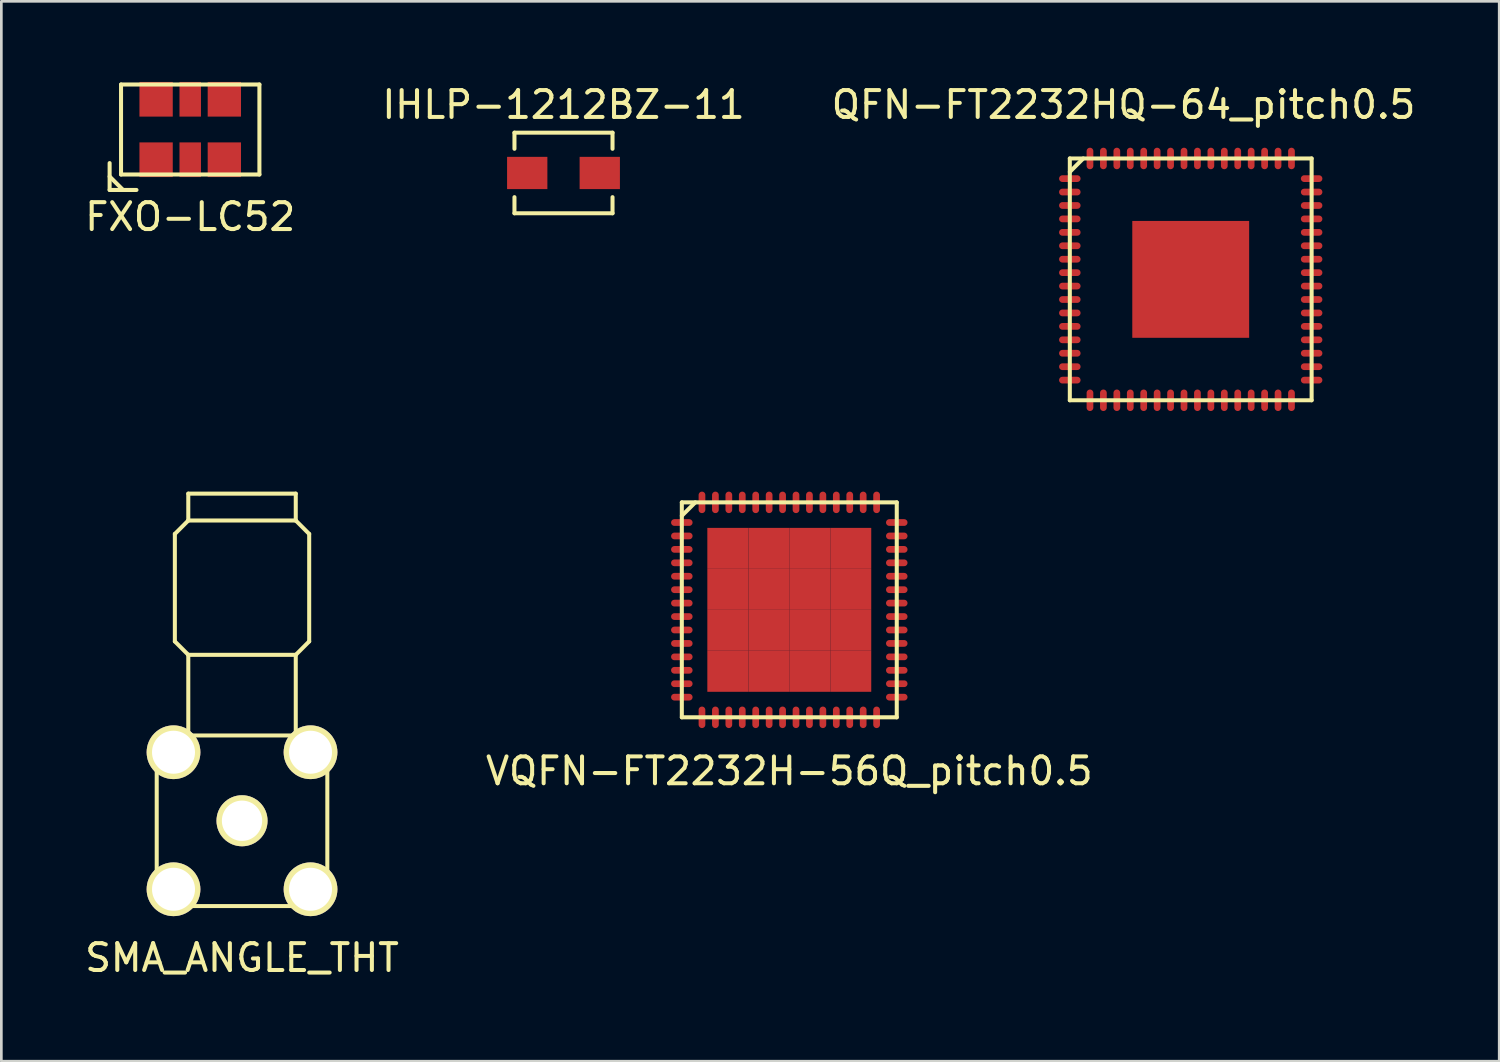
<source format=kicad_pcb>
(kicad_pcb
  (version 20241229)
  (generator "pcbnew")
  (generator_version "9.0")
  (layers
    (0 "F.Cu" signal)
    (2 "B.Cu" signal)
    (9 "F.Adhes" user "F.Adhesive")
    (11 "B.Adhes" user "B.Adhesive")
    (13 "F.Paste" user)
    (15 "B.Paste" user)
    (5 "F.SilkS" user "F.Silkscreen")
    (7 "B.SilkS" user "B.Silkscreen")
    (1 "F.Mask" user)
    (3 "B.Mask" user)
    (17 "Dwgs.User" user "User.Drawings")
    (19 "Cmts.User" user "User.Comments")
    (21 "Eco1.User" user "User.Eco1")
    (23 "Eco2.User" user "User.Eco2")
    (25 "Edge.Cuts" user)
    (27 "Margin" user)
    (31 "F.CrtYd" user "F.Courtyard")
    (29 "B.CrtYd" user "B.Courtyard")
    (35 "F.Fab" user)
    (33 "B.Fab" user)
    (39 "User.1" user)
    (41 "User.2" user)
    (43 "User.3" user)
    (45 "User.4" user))
  (footprint "SMA_ANGLE_THT"
    (layer "F.Cu")
    (at 5.958 27.498)
    (property "Reference" "SMA_ANGLE_THT" (at 0 5.1 0) (layer "F.SilkS") (effects (font (size 1 1) (thickness 0.15))))
    (attr through_hole)
    (fp_line (start -3.175 -3.175) (end 3.175 -3.175) (stroke (width 0.15) (type solid)) (layer "F.SilkS"))
    (fp_line (start -3.175 3.175) (end -3.175 -3.175) (stroke (width 0.15) (type solid)) (layer "F.SilkS"))
    (fp_line (start -2.5 -10.675) (end -2.5 -6.675) (stroke (width 0.15) (type solid)) (layer "F.SilkS"))
    (fp_line (start -2.5 -6.675) (end -2 -6.175) (stroke (width 0.15) (type solid)) (layer "F.SilkS"))
    (fp_line (start -2 -12.175) (end -2 -11.175) (stroke (width 0.15) (type solid)) (layer "F.SilkS"))
    (fp_line (start -2 -11.175) (end -2.5 -10.675) (stroke (width 0.15) (type solid)) (layer "F.SilkS"))
    (fp_line (start -2 -11.175) (end 2 -11.175) (stroke (width 0.15) (type solid)) (layer "F.SilkS"))
    (fp_line (start -2 -6.175) (end -2 -3.175) (stroke (width 0.15) (type solid)) (layer "F.SilkS"))
    (fp_line (start 2 -12.175) (end -2 -12.175) (stroke (width 0.15) (type solid)) (layer "F.SilkS"))
    (fp_line (start 2 -12.175) (end 2 -11.175) (stroke (width 0.15) (type solid)) (layer "F.SilkS"))
    (fp_line (start 2 -11.175) (end 2.5 -10.675) (stroke (width 0.15) (type solid)) (layer "F.SilkS"))
    (fp_line (start 2 -6.175) (end -2 -6.175) (stroke (width 0.15) (type solid)) (layer "F.SilkS"))
    (fp_line (start 2 -6.175) (end 2 -3.175) (stroke (width 0.15) (type solid)) (layer "F.SilkS"))
    (fp_line (start 2.5 -10.675) (end 2.5 -6.675) (stroke (width 0.15) (type solid)) (layer "F.SilkS"))
    (fp_line (start 2.5 -6.675) (end 2 -6.175) (stroke (width 0.15) (type solid)) (layer "F.SilkS"))
    (fp_line (start 3.175 -3.175) (end 3.175 3.175) (stroke (width 0.15) (type solid)) (layer "F.SilkS"))
    (fp_line (start 3.175 3.175) (end -3.175 3.175) (stroke (width 0.15) (type solid)) (layer "F.SilkS"))
    (pad "1" thru_hole circle (at 0 0) (size 1.9 1.9) (drill 1.5) (layers "*.Cu" "*.Mask" "F.SilkS"))
    (pad "2" thru_hole circle (at -2.55 -2.55) (size 2 2) (drill 1.6) (layers "*.Cu" "*.Mask" "F.SilkS"))
    (pad "2" thru_hole circle (at -2.55 2.55) (size 2 2) (drill 1.6) (layers "*.Cu" "*.Mask" "F.SilkS"))
    (pad "2" thru_hole circle (at 2.55 -2.55) (size 2 2) (drill 1.6) (layers "*.Cu" "*.Mask" "F.SilkS"))
    (pad "2" thru_hole circle (at 2.55 2.55) (size 2 2) (drill 1.6) (layers "*.Cu" "*.Mask" "F.SilkS")))
  (footprint "QFN-FT2232HQ-64_pitch0.5"
    (layer "F.Cu")
    (at 41.268 7.348)
    (property "Reference" "QFN-FT2232HQ-64_pitch0.5" (at -2.5 -6.5 0) (layer "F.SilkS") (effects (font (size 1 1) (thickness 0.15))))
    (attr through_hole)
    (fp_line (start -4.5 -4.5) (end 4.5 -4.5) (stroke (width 0.15) (type solid)) (layer "F.SilkS"))
    (fp_line (start -4.5 -4) (end -4 -4.5) (stroke (width 0.15) (type solid)) (layer "F.SilkS"))
    (fp_line (start -4.5 4.5) (end -4.5 -4.5) (stroke (width 0.15) (type solid)) (layer "F.SilkS"))
    (fp_line (start 4.5 -4.5) (end 4.5 4.5) (stroke (width 0.15) (type solid)) (layer "F.SilkS"))
    (fp_line (start 4.5 4.5) (end -4.5 4.5) (stroke (width 0.15) (type solid)) (layer "F.SilkS"))
    (pad "1" smd oval (at -4.5 -3.75 180) (size 0.8 0.25) (layers "F.Cu" "F.Mask" "F.Paste"))
    (pad "2" smd oval (at -4.5 -3.25 180) (size 0.8 0.25) (layers "F.Cu" "F.Mask" "F.Paste"))
    (pad "3" smd oval (at -4.5 -2.75 180) (size 0.8 0.25) (layers "F.Cu" "F.Mask" "F.Paste"))
    (pad "4" smd oval (at -4.5 -2.25 180) (size 0.8 0.25) (layers "F.Cu" "F.Mask" "F.Paste"))
    (pad "5" smd oval (at -4.5 -1.75 180) (size 0.8 0.25) (layers "F.Cu" "F.Mask" "F.Paste"))
    (pad "6" smd oval (at -4.5 -1.25 180) (size 0.8 0.25) (layers "F.Cu" "F.Mask" "F.Paste"))
    (pad "7" smd oval (at -4.5 -0.75 180) (size 0.8 0.25) (layers "F.Cu" "F.Mask" "F.Paste"))
    (pad "8" smd oval (at -4.5 -0.25 180) (size 0.8 0.25) (layers "F.Cu" "F.Mask" "F.Paste"))
    (pad "9" smd oval (at -4.5 0.25 180) (size 0.8 0.25) (layers "F.Cu" "F.Mask" "F.Paste"))
    (pad "10" smd oval (at -4.5 0.75 180) (size 0.8 0.25) (layers "F.Cu" "F.Mask" "F.Paste"))
    (pad "11" smd oval (at -4.5 1.25 180) (size 0.8 0.25) (layers "F.Cu" "F.Mask" "F.Paste"))
    (pad "12" smd oval (at -4.5 1.75 180) (size 0.8 0.25) (layers "F.Cu" "F.Mask" "F.Paste"))
    (pad "13" smd oval (at -4.5 2.25 180) (size 0.8 0.25) (layers "F.Cu" "F.Mask" "F.Paste"))
    (pad "14" smd oval (at -4.5 2.75 180) (size 0.8 0.25) (layers "F.Cu" "F.Mask" "F.Paste"))
    (pad "15" smd oval (at -4.5 3.25 180) (size 0.8 0.25) (layers "F.Cu" "F.Mask" "F.Paste"))
    (pad "16" smd oval (at -4.5 3.75 180) (size 0.8 0.25) (layers "F.Cu" "F.Mask" "F.Paste"))
    (pad "17" smd oval (at -3.75 4.5 270) (size 0.8 0.25) (layers "F.Cu" "F.Mask" "F.Paste"))
    (pad "18" smd oval (at -3.25 4.5 270) (size 0.8 0.25) (layers "F.Cu" "F.Mask" "F.Paste"))
    (pad "19" smd oval (at -2.75 4.5 270) (size 0.8 0.25) (layers "F.Cu" "F.Mask" "F.Paste"))
    (pad "20" smd oval (at -2.25 4.5 270) (size 0.8 0.25) (layers "F.Cu" "F.Mask" "F.Paste"))
    (pad "21" smd oval (at -1.75 4.5 270) (size 0.8 0.25) (layers "F.Cu" "F.Mask" "F.Paste"))
    (pad "22" smd oval (at -1.25 4.5 270) (size 0.8 0.25) (layers "F.Cu" "F.Mask" "F.Paste"))
    (pad "23" smd oval (at -0.75 4.5 270) (size 0.8 0.25) (layers "F.Cu" "F.Mask" "F.Paste"))
    (pad "24" smd oval (at -0.25 4.5 270) (size 0.8 0.25) (layers "F.Cu" "F.Mask" "F.Paste"))
    (pad "25" smd oval (at 0.25 4.5 270) (size 0.8 0.25) (layers "F.Cu" "F.Mask" "F.Paste"))
    (pad "26" smd oval (at 0.75 4.5 270) (size 0.8 0.25) (layers "F.Cu" "F.Mask" "F.Paste"))
    (pad "27" smd oval (at 1.25 4.5 270) (size 0.8 0.25) (layers "F.Cu" "F.Mask" "F.Paste"))
    (pad "28" smd oval (at 1.75 4.5 270) (size 0.8 0.25) (layers "F.Cu" "F.Mask" "F.Paste"))
    (pad "29" smd oval (at 2.25 4.5 270) (size 0.8 0.25) (layers "F.Cu" "F.Mask" "F.Paste"))
    (pad "30" smd oval (at 2.75 4.5 270) (size 0.8 0.25) (layers "F.Cu" "F.Mask" "F.Paste"))
    (pad "31" smd oval (at 3.25 4.5 270) (size 0.8 0.25) (layers "F.Cu" "F.Mask" "F.Paste"))
    (pad "32" smd oval (at 3.75 4.5 270) (size 0.8 0.25) (layers "F.Cu" "F.Mask" "F.Paste"))
    (pad "33" smd oval (at 4.5 3.75) (size 0.8 0.25) (layers "F.Cu" "F.Mask" "F.Paste"))
    (pad "34" smd oval (at 4.5 3.25) (size 0.8 0.25) (layers "F.Cu" "F.Mask" "F.Paste"))
    (pad "35" smd oval (at 4.5 2.75) (size 0.8 0.25) (layers "F.Cu" "F.Mask" "F.Paste"))
    (pad "36" smd oval (at 4.5 2.25) (size 0.8 0.25) (layers "F.Cu" "F.Mask" "F.Paste"))
    (pad "37" smd oval (at 4.5 1.75) (size 0.8 0.25) (layers "F.Cu" "F.Mask" "F.Paste"))
    (pad "38" smd oval (at 4.5 1.25) (size 0.8 0.25) (layers "F.Cu" "F.Mask" "F.Paste"))
    (pad "39" smd oval (at 4.5 0.75) (size 0.8 0.25) (layers "F.Cu" "F.Mask" "F.Paste"))
    (pad "40" smd oval (at 4.5 0.25) (size 0.8 0.25) (layers "F.Cu" "F.Mask" "F.Paste"))
    (pad "41" smd oval (at 4.5 -0.25) (size 0.8 0.25) (layers "F.Cu" "F.Mask" "F.Paste"))
    (pad "42" smd oval (at 4.5 -0.75) (size 0.8 0.25) (layers "F.Cu" "F.Mask" "F.Paste"))
    (pad "43" smd oval (at 4.5 -1.25) (size 0.8 0.25) (layers "F.Cu" "F.Mask" "F.Paste"))
    (pad "44" smd oval (at 4.5 -1.75) (size 0.8 0.25) (layers "F.Cu" "F.Mask" "F.Paste"))
    (pad "45" smd oval (at 4.5 -2.25) (size 0.8 0.25) (layers "F.Cu" "F.Mask" "F.Paste"))
    (pad "46" smd oval (at 4.5 -2.75) (size 0.8 0.25) (layers "F.Cu" "F.Mask" "F.Paste"))
    (pad "47" smd oval (at 4.5 -3.25) (size 0.8 0.25) (layers "F.Cu" "F.Mask" "F.Paste"))
    (pad "48" smd oval (at 4.5 -3.75) (size 0.8 0.25) (layers "F.Cu" "F.Mask" "F.Paste"))
    (pad "49" smd oval (at 3.75 -4.5 90) (size 0.8 0.25) (layers "F.Cu" "F.Mask" "F.Paste"))
    (pad "50" smd oval (at 3.25 -4.5 90) (size 0.8 0.25) (layers "F.Cu" "F.Mask" "F.Paste"))
    (pad "51" smd oval (at 2.75 -4.5 90) (size 0.8 0.25) (layers "F.Cu" "F.Mask" "F.Paste"))
    (pad "52" smd oval (at 2.25 -4.5 90) (size 0.8 0.25) (layers "F.Cu" "F.Mask" "F.Paste"))
    (pad "53" smd oval (at 1.75 -4.5 90) (size 0.8 0.25) (layers "F.Cu" "F.Mask" "F.Paste"))
    (pad "54" smd oval (at 1.25 -4.5 90) (size 0.8 0.25) (layers "F.Cu" "F.Mask" "F.Paste"))
    (pad "55" smd oval (at 0.75 -4.5 90) (size 0.8 0.25) (layers "F.Cu" "F.Mask" "F.Paste"))
    (pad "56" smd oval (at 0.25 -4.5 90) (size 0.8 0.25) (layers "F.Cu" "F.Mask" "F.Paste"))
    (pad "57" smd oval (at -0.25 -4.5 90) (size 0.8 0.25) (layers "F.Cu" "F.Mask" "F.Paste"))
    (pad "58" smd oval (at -0.75 -4.5 90) (size 0.8 0.25) (layers "F.Cu" "F.Mask" "F.Paste"))
    (pad "59" smd oval (at -1.25 -4.5 90) (size 0.8 0.25) (layers "F.Cu" "F.Mask" "F.Paste"))
    (pad "60" smd oval (at -1.75 -4.5 90) (size 0.8 0.25) (layers "F.Cu" "F.Mask" "F.Paste"))
    (pad "61" smd oval (at -2.25 -4.5 90) (size 0.8 0.25) (layers "F.Cu" "F.Mask" "F.Paste"))
    (pad "62" smd oval (at -2.75 -4.5 90) (size 0.8 0.25) (layers "F.Cu" "F.Mask" "F.Paste"))
    (pad "63" smd oval (at -3.25 -4.5 90) (size 0.8 0.25) (layers "F.Cu" "F.Mask" "F.Paste"))
    (pad "64" smd oval (at -3.75 -4.5 90) (size 0.8 0.25) (layers "F.Cu" "F.Mask" "F.Paste"))
    (pad "PAD" smd rect (at 0 0) (size 4.35 4.35) (layers "F.Cu" "F.Mask" "F.Paste")))
  (footprint "IHLP-1212BZ-11"
    (layer "F.Cu")
    (at 17.923 3.388)
    (property "Reference" "IHLP-1212BZ-11" (at 0 -2.54 0) (layer "F.SilkS") (effects (font (size 1 1) (thickness 0.15))))
    (attr through_hole)
    (fp_line (start -1.825 -1.5) (end -1.825 -0.9) (stroke (width 0.15) (type solid)) (layer "F.SilkS"))
    (fp_line (start -1.825 -1.5) (end 1.825 -1.5) (stroke (width 0.15) (type solid)) (layer "F.SilkS"))
    (fp_line (start -1.825 1.5) (end -1.825 0.9) (stroke (width 0.15) (type solid)) (layer "F.SilkS"))
    (fp_line (start -1.825 1.5) (end 1.825 1.5) (stroke (width 0.15) (type solid)) (layer "F.SilkS"))
    (fp_line (start 1.825 -1.5) (end 1.825 -0.9) (stroke (width 0.15) (type solid)) (layer "F.SilkS"))
    (fp_line (start 1.825 1.5) (end 1.825 0.9) (stroke (width 0.15) (type solid)) (layer "F.SilkS"))
    (pad "1" smd rect (at -1.35 0) (size 1.5 1.2) (layers "F.Cu" "F.Mask" "F.Paste"))
    (pad "2" smd rect (at 1.35 0) (size 1.5 1.2) (layers "F.Cu" "F.Mask" "F.Paste")))
  (footprint "VQFN-FT2232H-56Q_pitch0.5"
    (layer "F.Cu")
    (at 26.327 19.648)
    (property "Reference" "VQFN-FT2232H-56Q_pitch0.5" (at 0 6 0) (layer "F.SilkS") (effects (font (size 1 1) (thickness 0.15))))
    (attr through_hole)
    (fp_line (start -4 -4) (end 4 -4) (stroke (width 0.15) (type solid)) (layer "F.SilkS"))
    (fp_line (start -4 -3.5) (end -3.5 -4) (stroke (width 0.15) (type solid)) (layer "F.SilkS"))
    (fp_line (start -4 4) (end -4 -4) (stroke (width 0.15) (type solid)) (layer "F.SilkS"))
    (fp_line (start 4 -4) (end 4 4) (stroke (width 0.15) (type solid)) (layer "F.SilkS"))
    (fp_line (start 4 4) (end -4 4) (stroke (width 0.15) (type solid)) (layer "F.SilkS"))
    (pad "1" smd oval (at -4 -3.25) (size 0.8 0.25) (layers "F.Cu" "F.Mask" "F.Paste"))
    (pad "2" smd oval (at -4 -2.75) (size 0.8 0.25) (layers "F.Cu" "F.Mask" "F.Paste"))
    (pad "3" smd oval (at -4 -2.25) (size 0.8 0.25) (layers "F.Cu" "F.Mask" "F.Paste"))
    (pad "4" smd oval (at -4 -1.75) (size 0.8 0.25) (layers "F.Cu" "F.Mask" "F.Paste"))
    (pad "5" smd oval (at -4 -1.25) (size 0.8 0.25) (layers "F.Cu" "F.Mask" "F.Paste"))
    (pad "6" smd oval (at -4 -0.75) (size 0.8 0.25) (layers "F.Cu" "F.Mask" "F.Paste"))
    (pad "7" smd oval (at -4 -0.25) (size 0.8 0.25) (layers "F.Cu" "F.Mask" "F.Paste"))
    (pad "8" smd oval (at -4 0.25) (size 0.8 0.25) (layers "F.Cu" "F.Mask" "F.Paste"))
    (pad "9" smd oval (at -4 0.75) (size 0.8 0.25) (layers "F.Cu" "F.Mask" "F.Paste"))
    (pad "10" smd oval (at -4 1.25) (size 0.8 0.25) (layers "F.Cu" "F.Mask" "F.Paste"))
    (pad "11" smd oval (at -4 1.75) (size 0.8 0.25) (layers "F.Cu" "F.Mask" "F.Paste"))
    (pad "12" smd oval (at -4 2.25) (size 0.8 0.25) (layers "F.Cu" "F.Mask" "F.Paste"))
    (pad "13" smd oval (at -4 2.75) (size 0.8 0.25) (layers "F.Cu" "F.Mask" "F.Paste"))
    (pad "14" smd oval (at -4 3.25) (size 0.8 0.25) (layers "F.Cu" "F.Mask" "F.Paste"))
    (pad "15" smd oval (at -3.25 4 90) (size 0.8 0.25) (layers "F.Cu" "F.Mask" "F.Paste"))
    (pad "16" smd oval (at -2.75 4 90) (size 0.8 0.25) (layers "F.Cu" "F.Mask" "F.Paste"))
    (pad "17" smd oval (at -2.25 4 90) (size 0.8 0.25) (layers "F.Cu" "F.Mask" "F.Paste"))
    (pad "18" smd oval (at -1.75 4 90) (size 0.8 0.25) (layers "F.Cu" "F.Mask" "F.Paste"))
    (pad "19" smd oval (at -1.25 4 90) (size 0.8 0.25) (layers "F.Cu" "F.Mask" "F.Paste"))
    (pad "20" smd oval (at -0.75 4 90) (size 0.8 0.25) (layers "F.Cu" "F.Mask" "F.Paste"))
    (pad "21" smd oval (at -0.25 4 90) (size 0.8 0.25) (layers "F.Cu" "F.Mask" "F.Paste"))
    (pad "22" smd oval (at 0.25 4 90) (size 0.8 0.25) (layers "F.Cu" "F.Mask" "F.Paste"))
    (pad "23" smd oval (at 0.75 4 90) (size 0.8 0.25) (layers "F.Cu" "F.Mask" "F.Paste"))
    (pad "24" smd oval (at 1.25 4 90) (size 0.8 0.25) (layers "F.Cu" "F.Mask" "F.Paste"))
    (pad "25" smd oval (at 1.75 4 90) (size 0.8 0.25) (layers "F.Cu" "F.Mask" "F.Paste"))
    (pad "26" smd oval (at 2.25 4 90) (size 0.8 0.25) (layers "F.Cu" "F.Mask" "F.Paste"))
    (pad "27" smd oval (at 2.75 4 90) (size 0.8 0.25) (layers "F.Cu" "F.Mask" "F.Paste"))
    (pad "28" smd oval (at 3.25 4 90) (size 0.8 0.25) (layers "F.Cu" "F.Mask" "F.Paste"))
    (pad "29" smd oval (at 4 3.25 180) (size 0.8 0.25) (layers "F.Cu" "F.Mask" "F.Paste"))
    (pad "30" smd oval (at 4 2.75 180) (size 0.8 0.25) (layers "F.Cu" "F.Mask" "F.Paste"))
    (pad "31" smd oval (at 4 2.25 180) (size 0.8 0.25) (layers "F.Cu" "F.Mask" "F.Paste"))
    (pad "32" smd oval (at 4 1.75 180) (size 0.8 0.25) (layers "F.Cu" "F.Mask" "F.Paste"))
    (pad "33" smd oval (at 4 1.25 180) (size 0.8 0.25) (layers "F.Cu" "F.Mask" "F.Paste"))
    (pad "34" smd oval (at 4 0.75 180) (size 0.8 0.25) (layers "F.Cu" "F.Mask" "F.Paste"))
    (pad "35" smd oval (at 4 0.25 180) (size 0.8 0.25) (layers "F.Cu" "F.Mask" "F.Paste"))
    (pad "36" smd oval (at 4 -0.25 180) (size 0.8 0.25) (layers "F.Cu" "F.Mask" "F.Paste"))
    (pad "37" smd oval (at 4 -0.75 180) (size 0.8 0.25) (layers "F.Cu" "F.Mask" "F.Paste"))
    (pad "38" smd oval (at 4 -1.25 180) (size 0.8 0.25) (layers "F.Cu" "F.Mask" "F.Paste"))
    (pad "39" smd oval (at 4 -1.75 180) (size 0.8 0.25) (layers "F.Cu" "F.Mask" "F.Paste"))
    (pad "40" smd oval (at 4 -2.25 180) (size 0.8 0.25) (layers "F.Cu" "F.Mask" "F.Paste"))
    (pad "41" smd oval (at 4 -2.75 180) (size 0.8 0.25) (layers "F.Cu" "F.Mask" "F.Paste"))
    (pad "42" smd oval (at 4 -3.25 180) (size 0.8 0.25) (layers "F.Cu" "F.Mask" "F.Paste"))
    (pad "43" smd oval (at 3.25 -4 270) (size 0.8 0.25) (layers "F.Cu" "F.Mask" "F.Paste"))
    (pad "44" smd oval (at 2.75 -4 270) (size 0.8 0.25) (layers "F.Cu" "F.Mask" "F.Paste"))
    (pad "45" smd oval (at 2.25 -4 270) (size 0.8 0.25) (layers "F.Cu" "F.Mask" "F.Paste"))
    (pad "46" smd oval (at 1.75 -4 270) (size 0.8 0.25) (layers "F.Cu" "F.Mask" "F.Paste"))
    (pad "47" smd oval (at 1.25 -4 270) (size 0.8 0.25) (layers "F.Cu" "F.Mask" "F.Paste"))
    (pad "48" smd oval (at 0.75 -4 270) (size 0.8 0.25) (layers "F.Cu" "F.Mask" "F.Paste"))
    (pad "49" smd oval (at 0.25 -4 270) (size 0.8 0.25) (layers "F.Cu" "F.Mask" "F.Paste"))
    (pad "50" smd oval (at -0.25 -4 270) (size 0.8 0.25) (layers "F.Cu" "F.Mask" "F.Paste"))
    (pad "51" smd oval (at -0.75 -4 270) (size 0.8 0.25) (layers "F.Cu" "F.Mask" "F.Paste"))
    (pad "52" smd oval (at -1.25 -4 270) (size 0.8 0.25) (layers "F.Cu" "F.Mask" "F.Paste"))
    (pad "53" smd oval (at -1.75 -4 270) (size 0.8 0.25) (layers "F.Cu" "F.Mask" "F.Paste"))
    (pad "54" smd oval (at -2.25 -4 270) (size 0.8 0.25) (layers "F.Cu" "F.Mask" "F.Paste"))
    (pad "55" smd oval (at -2.75 -4 270) (size 0.8 0.25) (layers "F.Cu" "F.Mask" "F.Paste"))
    (pad "56" smd oval (at -3.25 -4 270) (size 0.8 0.25) (layers "F.Cu" "F.Mask" "F.Paste"))
    (pad "PAD" smd rect (at -2.288 -2.288 270) (size 1.525 1.525) (layers "F.Cu" "F.Mask" "F.Paste"))
    (pad "PAD" smd rect (at -2.288 -0.762 270) (size 1.525 1.525) (layers "F.Cu" "F.Mask" "F.Paste"))
    (pad "PAD" smd rect (at -2.288 0.762 270) (size 1.525 1.525) (layers "F.Cu" "F.Mask" "F.Paste"))
    (pad "PAD" smd rect (at -2.288 2.288 270) (size 1.525 1.525) (layers "F.Cu" "F.Mask" "F.Paste"))
    (pad "PAD" smd rect (at -0.762 -2.288 270) (size 1.525 1.525) (layers "F.Cu" "F.Mask" "F.Paste"))
    (pad "PAD" smd rect (at -0.762 -0.762 270) (size 1.525 1.525) (layers "F.Cu" "F.Mask" "F.Paste"))
    (pad "PAD" smd rect (at -0.762 0.762 270) (size 1.525 1.525) (layers "F.Cu" "F.Mask" "F.Paste"))
    (pad "PAD" smd rect (at -0.762 2.288 270) (size 1.525 1.525) (layers "F.Cu" "F.Mask" "F.Paste"))
    (pad "PAD" smd rect (at 0.762 -2.288 270) (size 1.525 1.525) (layers "F.Cu" "F.Mask" "F.Paste"))
    (pad "PAD" smd rect (at 0.762 -0.762 270) (size 1.525 1.525) (layers "F.Cu" "F.Mask" "F.Paste"))
    (pad "PAD" smd rect (at 0.762 0.762 270) (size 1.525 1.525) (layers "F.Cu" "F.Mask" "F.Paste"))
    (pad "PAD" smd rect (at 0.762 2.288 270) (size 1.525 1.525) (layers "F.Cu" "F.Mask" "F.Paste"))
    (pad "PAD" smd rect (at 2.288 -2.288 270) (size 1.525 1.525) (layers "F.Cu" "F.Mask" "F.Paste"))
    (pad "PAD" smd rect (at 2.288 -0.762 270) (size 1.525 1.525) (layers "F.Cu" "F.Mask" "F.Paste"))
    (pad "PAD" smd rect (at 2.288 0.762 270) (size 1.525 1.525) (layers "F.Cu" "F.Mask" "F.Paste"))
    (pad "PAD" smd rect (at 2.288 2.288 270) (size 1.525 1.525) (layers "F.Cu" "F.Mask" "F.Paste")))
  (footprint "FXO-LC52"
    (layer "F.Cu")
    (at 4.03 1.77)
    (property "Reference" "FXO-LC52" (at 0 3.25 0) (layer "F.SilkS") (effects (font (size 1 1) (thickness 0.15))))
    (attr through_hole)
    (fp_line (start -3 1.75) (end -2.5 2.25) (stroke (width 0.15) (type solid)) (layer "F.SilkS"))
    (fp_line (start -3 2.25) (end -3 1.25) (stroke (width 0.15) (type solid)) (layer "F.SilkS"))
    (fp_line (start -2.575 -1.675) (end -2.575 1.675) (stroke (width 0.15) (type solid)) (layer "F.SilkS"))
    (fp_line (start -2.575 1.675) (end 2.575 1.675) (stroke (width 0.15) (type solid)) (layer "F.SilkS"))
    (fp_line (start -2 2.25) (end -3 2.25) (stroke (width 0.15) (type solid)) (layer "F.SilkS"))
    (fp_line (start 2.575 -1.675) (end -2.575 -1.675) (stroke (width 0.15) (type solid)) (layer "F.SilkS"))
    (fp_line (start 2.575 1.675) (end 2.575 -1.675) (stroke (width 0.15) (type solid)) (layer "F.SilkS"))
    (pad "1" smd rect (at -1.27 1.125) (size 1.24 1.29) (layers "F.Cu" "F.Mask" "F.Paste"))
    (pad "2" smd rect (at 0 1.125) (size 0.8 1.29) (layers "F.Cu" "F.Mask" "F.Paste"))
    (pad "3" smd rect (at 1.27 1.125) (size 1.24 1.29) (layers "F.Cu" "F.Mask" "F.Paste"))
    (pad "4" smd rect (at 1.27 -1.125) (size 1.24 1.29) (layers "F.Cu" "F.Mask" "F.Paste"))
    (pad "5" smd rect (at 0 -1.125) (size 0.8 1.29) (layers "F.Cu" "F.Mask" "F.Paste"))
    (pad "6" smd rect (at -1.27 -1.125) (size 1.24 1.29) (layers "F.Cu" "F.Mask" "F.Paste")))
  (gr_rect
    (start -3 -3)
    (end 52.75 36.447)
    (stroke (width 0.1) (type default))
    (fill no)
    (layer "Edge.Cuts")))
</source>
